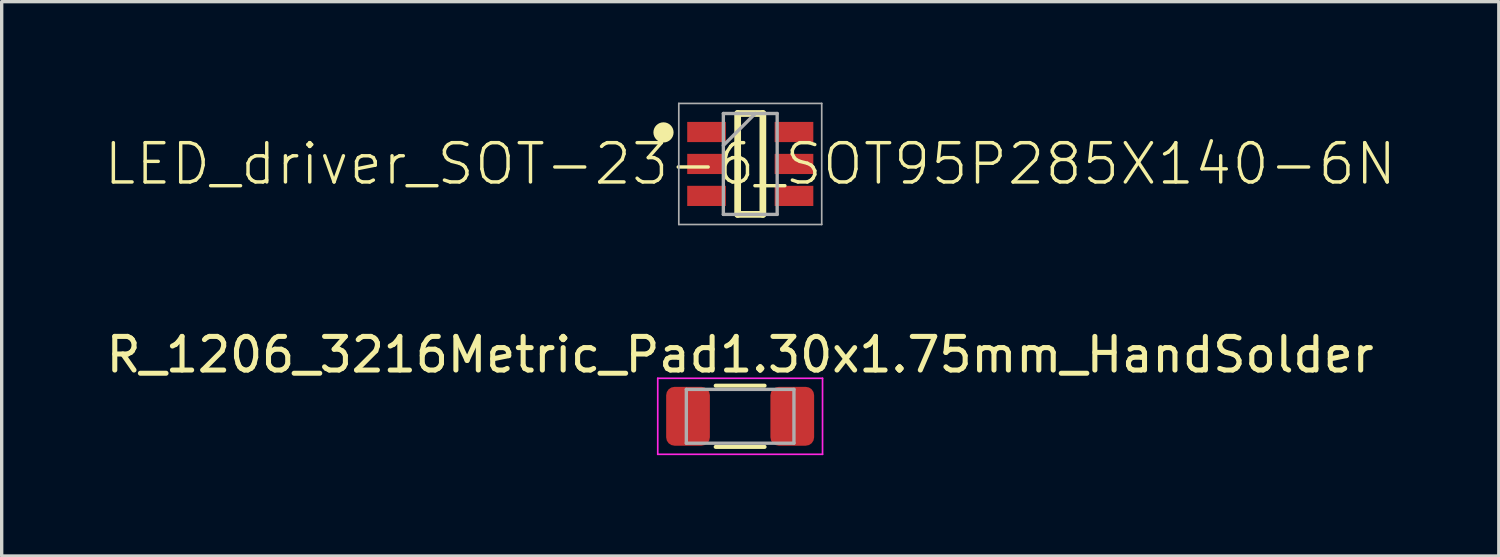
<source format=kicad_pcb>
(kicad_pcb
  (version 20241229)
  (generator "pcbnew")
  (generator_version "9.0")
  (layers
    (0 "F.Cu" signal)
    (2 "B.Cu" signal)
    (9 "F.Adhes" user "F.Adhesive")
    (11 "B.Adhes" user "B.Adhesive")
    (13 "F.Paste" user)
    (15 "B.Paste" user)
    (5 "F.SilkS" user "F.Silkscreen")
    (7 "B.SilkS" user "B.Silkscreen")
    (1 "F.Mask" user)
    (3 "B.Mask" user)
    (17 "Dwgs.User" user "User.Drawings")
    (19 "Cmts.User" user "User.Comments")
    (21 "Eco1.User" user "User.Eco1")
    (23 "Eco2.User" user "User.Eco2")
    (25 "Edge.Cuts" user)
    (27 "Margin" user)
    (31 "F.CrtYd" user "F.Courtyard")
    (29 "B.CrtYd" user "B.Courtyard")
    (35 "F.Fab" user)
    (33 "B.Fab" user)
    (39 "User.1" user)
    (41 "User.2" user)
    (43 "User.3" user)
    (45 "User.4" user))
  (footprint "LED_driver_SOT-23-6_SOT95P285X140-6N"
    (layer "F.Cu")
    (at 19.259 1.825)
    (property "Reference" "LED_driver_SOT-23-6_SOT95P285X140-6N" (at 0 0 0) (unlocked yes) (layer "F.SilkS") (effects (font (size 1.168 1.168) (thickness 0.102))))
    (fp_line (start -0.375 -1.5) (end 0.375 -1.5) (stroke (width 0.2) (type solid)) (layer "F.SilkS"))
    (fp_line (start -0.375 1.5) (end -0.375 -1.5) (stroke (width 0.2) (type solid)) (layer "F.SilkS"))
    (fp_line (start 0.375 -1.5) (end 0.375 1.5) (stroke (width 0.2) (type solid)) (layer "F.SilkS"))
    (fp_line (start 0.375 1.5) (end -0.375 1.5) (stroke (width 0.2) (type solid)) (layer "F.SilkS"))
    (fp_circle (center -2.58 -0.938) (end -2.33 -0.938) (stroke (width 0.1) (type solid)) (fill yes) (layer "F.SilkS"))
    (fp_line (start -2.125 -1.8) (end 2.125 -1.8) (stroke (width 0.05) (type solid)) (layer "F.Fab"))
    (fp_line (start -2.125 1.8) (end -2.125 -1.8) (stroke (width 0.05) (type solid)) (layer "F.Fab"))
    (fp_line (start -0.8 -1.5) (end 0.8 -1.5) (stroke (width 0.1) (type solid)) (layer "F.Fab"))
    (fp_line (start -0.8 -0.55) (end 0.15 -1.5) (stroke (width 0.1) (type solid)) (layer "F.Fab"))
    (fp_line (start -0.8 1.5) (end -0.8 -1.5) (stroke (width 0.1) (type solid)) (layer "F.Fab"))
    (fp_line (start 0.8 -1.5) (end 0.8 1.5) (stroke (width 0.1) (type solid)) (layer "F.Fab"))
    (fp_line (start 0.8 1.5) (end -0.8 1.5) (stroke (width 0.1) (type solid)) (layer "F.Fab"))
    (fp_line (start 2.125 -1.8) (end 2.125 1.8) (stroke (width 0.05) (type solid)) (layer "F.Fab"))
    (fp_line (start 2.125 1.8) (end -2.125 1.8) (stroke (width 0.05) (type solid)) (layer "F.Fab"))
    (pad "1" smd rect (at -1.3 -0.95) (size 1.15 0.6) (layers "F.Cu" "F.Mask" "F.Paste"))
    (pad "2" smd rect (at -1.3 0) (size 1.15 0.6) (layers "F.Cu" "F.Mask" "F.Paste"))
    (pad "3" smd rect (at -1.3 0.95) (size 1.15 0.6) (layers "F.Cu" "F.Mask" "F.Paste"))
    (pad "4" smd rect (at 1.3 0.95) (size 1.15 0.6) (layers "F.Cu" "F.Mask" "F.Paste"))
    (pad "5" smd rect (at 1.3 0) (size 1.15 0.6) (layers "F.Cu" "F.Mask" "F.Paste"))
    (pad "6" smd rect (at 1.3 -0.95) (size 1.15 0.6) (layers "F.Cu" "F.Mask" "F.Paste")))
  (footprint "R_1206_3216Metric_Pad1.30x1.75mm_HandSolder"
    (layer "F.Cu")
    (at 18.958 9.328)
    (property "Reference" "R_1206_3216Metric_Pad1.30x1.75mm_HandSolder" (at 0 -1.83 0) (layer "F.SilkS") (effects (font (size 1 1) (thickness 0.15))))
    (attr smd)
    (fp_line (start -0.727 -0.91) (end 0.727 -0.91) (stroke (width 0.12) (type solid)) (layer "F.SilkS"))
    (fp_line (start -0.727 0.91) (end 0.727 0.91) (stroke (width 0.12) (type solid)) (layer "F.SilkS"))
    (fp_line (start -2.45 -1.13) (end 2.45 -1.13) (stroke (width 0.05) (type solid)) (layer "F.CrtYd"))
    (fp_line (start -2.45 1.13) (end -2.45 -1.13) (stroke (width 0.05) (type solid)) (layer "F.CrtYd"))
    (fp_line (start 2.45 -1.13) (end 2.45 1.13) (stroke (width 0.05) (type solid)) (layer "F.CrtYd"))
    (fp_line (start 2.45 1.13) (end -2.45 1.13) (stroke (width 0.05) (type solid)) (layer "F.CrtYd"))
    (fp_line (start -1.6 -0.8) (end 1.6 -0.8) (stroke (width 0.1) (type solid)) (layer "F.Fab"))
    (fp_line (start -1.6 0.8) (end -1.6 -0.8) (stroke (width 0.1) (type solid)) (layer "F.Fab"))
    (fp_line (start 1.6 -0.8) (end 1.6 0.8) (stroke (width 0.1) (type solid)) (layer "F.Fab"))
    (fp_line (start 1.6 0.8) (end -1.6 0.8) (stroke (width 0.1) (type solid)) (layer "F.Fab"))
    (pad "1" smd roundrect (at -1.55 0) (size 1.3 1.75) (layers "F.Cu" "F.Mask" "F.Paste") (roundrect_rratio 0.192))
    (pad "2" smd roundrect (at 1.55 0) (size 1.3 1.75) (layers "F.Cu" "F.Mask" "F.Paste") (roundrect_rratio 0.192)))
  (gr_rect
    (start -3 -3)
    (end 41.517 13.483)
    (stroke (width 0.1) (type default))
    (fill no)
    (layer "Edge.Cuts")))
</source>
